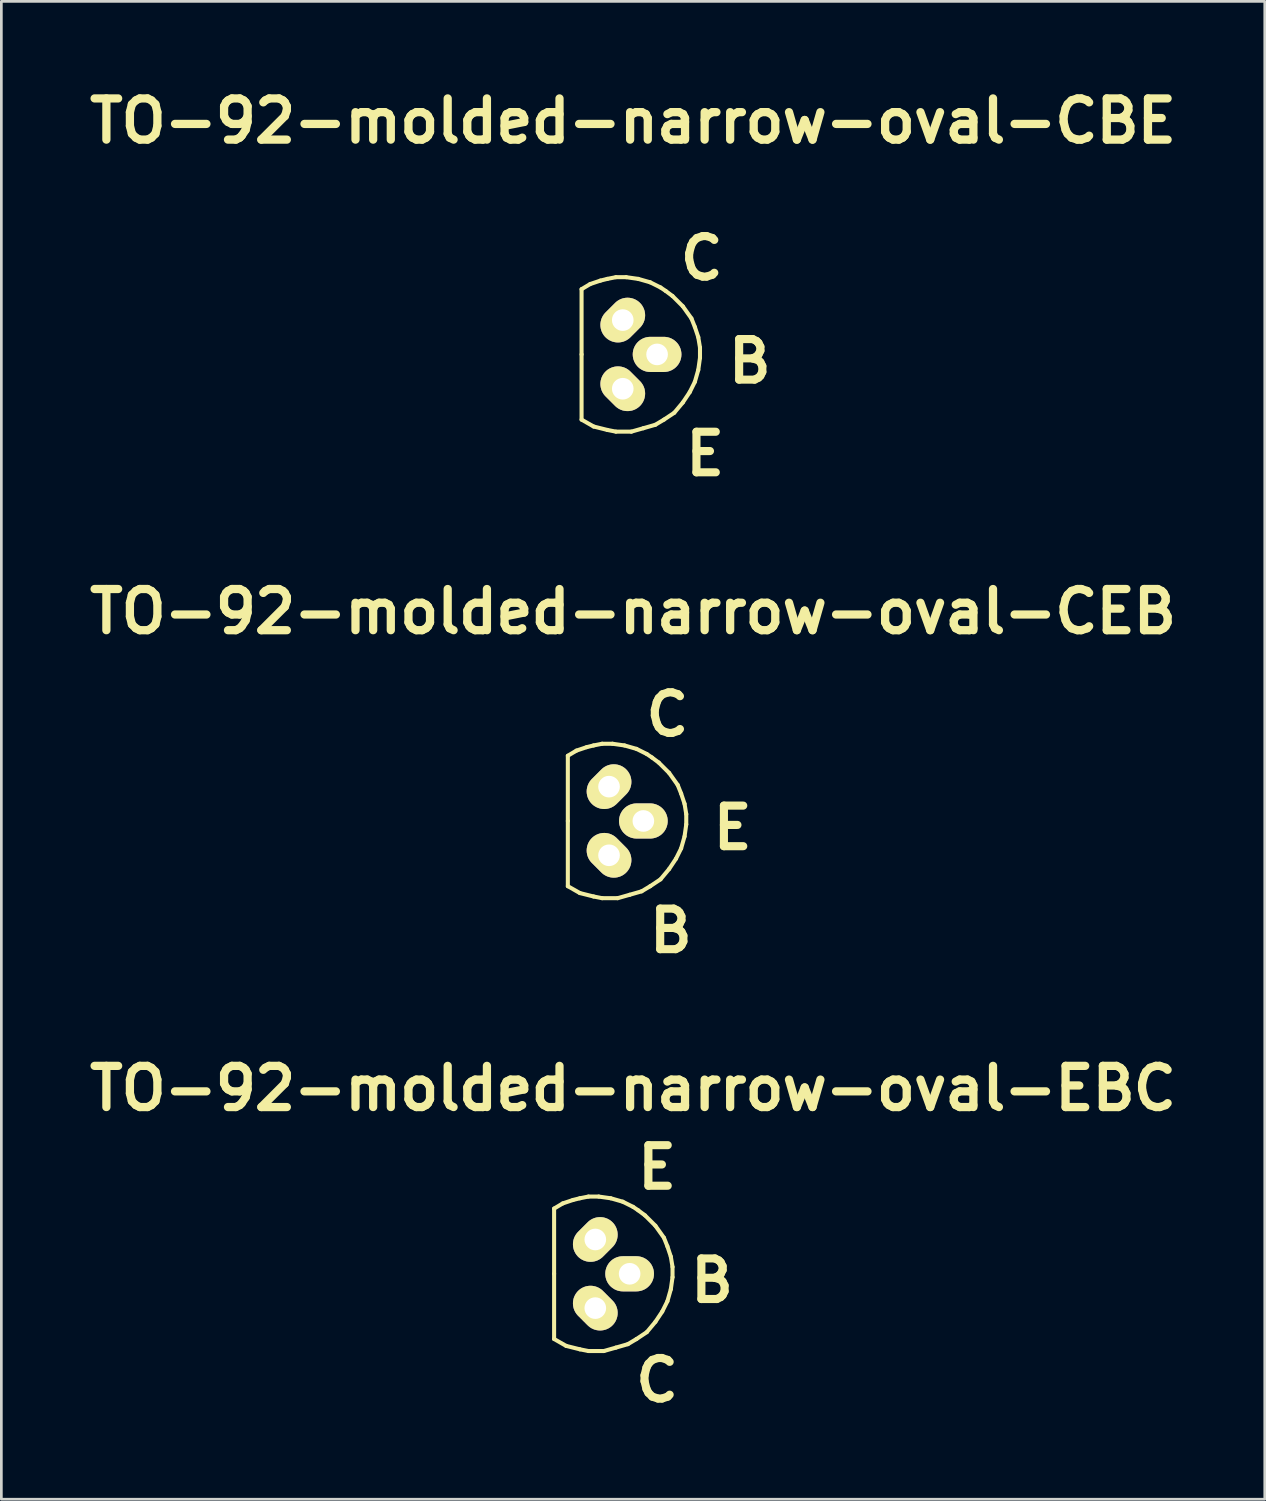
<source format=kicad_pcb>
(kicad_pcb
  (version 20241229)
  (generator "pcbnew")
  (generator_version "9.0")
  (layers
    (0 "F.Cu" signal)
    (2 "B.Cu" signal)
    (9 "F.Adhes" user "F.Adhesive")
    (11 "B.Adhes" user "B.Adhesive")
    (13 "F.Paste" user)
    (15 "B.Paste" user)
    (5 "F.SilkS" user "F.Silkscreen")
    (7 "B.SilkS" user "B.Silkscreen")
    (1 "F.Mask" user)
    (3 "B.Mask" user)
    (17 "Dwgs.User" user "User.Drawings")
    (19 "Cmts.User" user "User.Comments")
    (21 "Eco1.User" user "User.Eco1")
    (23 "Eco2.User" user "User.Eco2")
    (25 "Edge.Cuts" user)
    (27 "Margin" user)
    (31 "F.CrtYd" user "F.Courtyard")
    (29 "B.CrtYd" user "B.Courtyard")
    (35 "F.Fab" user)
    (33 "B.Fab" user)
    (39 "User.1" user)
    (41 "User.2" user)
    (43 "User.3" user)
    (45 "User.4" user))
  (footprint "TO-92-molded-narrow-oval-CBE"
    (layer "F.Cu")
    (at 19.99 10.062)
    (property "Reference" "TO-92-molded-narrow-oval-CBE" (at 0.381 -8.636 0) (layer "F.SilkS") (effects (font (size 1.524 1.524) (thickness 0.305))))
    (attr through_hole)
    (fp_line (start -1.524 -2.413) (end -1.206 -2.603) (stroke (width 0.15) (type solid)) (layer "F.SilkS"))
    (fp_line (start -1.524 0) (end -1.524 -2.413) (stroke (width 0.15) (type solid)) (layer "F.SilkS"))
    (fp_line (start -1.524 0) (end -1.524 2.413) (stroke (width 0.15) (type solid)) (layer "F.SilkS"))
    (fp_line (start -1.206 -2.603) (end -0.826 -2.731) (stroke (width 0.15) (type solid)) (layer "F.SilkS"))
    (fp_line (start -1.079 2.667) (end -1.524 2.413) (stroke (width 0.15) (type solid)) (layer "F.SilkS"))
    (fp_line (start -0.826 -2.731) (end -0.572 -2.794) (stroke (width 0.15) (type solid)) (layer "F.SilkS"))
    (fp_line (start -0.572 -2.794) (end -0.254 -2.857) (stroke (width 0.15) (type solid)) (layer "F.SilkS"))
    (fp_line (start -0.572 2.794) (end -1.079 2.667) (stroke (width 0.15) (type solid)) (layer "F.SilkS"))
    (fp_line (start -0.254 -2.857) (end 0.127 -2.857) (stroke (width 0.15) (type solid)) (layer "F.SilkS"))
    (fp_line (start -0.254 2.857) (end -0.572 2.794) (stroke (width 0.15) (type solid)) (layer "F.SilkS"))
    (fp_line (start 0.127 -2.857) (end 0.572 -2.794) (stroke (width 0.15) (type solid)) (layer "F.SilkS"))
    (fp_line (start 0.318 2.857) (end -0.254 2.857) (stroke (width 0.15) (type solid)) (layer "F.SilkS"))
    (fp_line (start 0.572 -2.794) (end 1.016 -2.667) (stroke (width 0.15) (type solid)) (layer "F.SilkS"))
    (fp_line (start 0.762 2.731) (end 0.318 2.857) (stroke (width 0.15) (type solid)) (layer "F.SilkS"))
    (fp_line (start 1.016 -2.667) (end 1.397 -2.477) (stroke (width 0.15) (type solid)) (layer "F.SilkS"))
    (fp_line (start 1.206 2.603) (end 0.762 2.731) (stroke (width 0.15) (type solid)) (layer "F.SilkS"))
    (fp_line (start 1.397 -2.477) (end 1.587 -2.349) (stroke (width 0.15) (type solid)) (layer "F.SilkS"))
    (fp_line (start 1.524 2.413) (end 1.206 2.603) (stroke (width 0.15) (type solid)) (layer "F.SilkS"))
    (fp_line (start 1.587 -2.349) (end 1.841 -2.159) (stroke (width 0.15) (type solid)) (layer "F.SilkS"))
    (fp_line (start 1.841 -2.159) (end 2.223 -1.778) (stroke (width 0.15) (type solid)) (layer "F.SilkS"))
    (fp_line (start 1.905 2.159) (end 1.524 2.413) (stroke (width 0.15) (type solid)) (layer "F.SilkS"))
    (fp_line (start 2.223 -1.778) (end 2.54 -1.333) (stroke (width 0.15) (type solid)) (layer "F.SilkS"))
    (fp_line (start 2.223 1.778) (end 1.905 2.159) (stroke (width 0.15) (type solid)) (layer "F.SilkS"))
    (fp_line (start 2.477 1.397) (end 2.223 1.778) (stroke (width 0.15) (type solid)) (layer "F.SilkS"))
    (fp_line (start 2.54 -1.333) (end 2.667 -1.016) (stroke (width 0.15) (type solid)) (layer "F.SilkS"))
    (fp_line (start 2.667 -1.016) (end 2.794 -0.635) (stroke (width 0.15) (type solid)) (layer "F.SilkS"))
    (fp_line (start 2.667 1.016) (end 2.477 1.397) (stroke (width 0.15) (type solid)) (layer "F.SilkS"))
    (fp_line (start 2.794 -0.635) (end 2.857 -0.254) (stroke (width 0.15) (type solid)) (layer "F.SilkS"))
    (fp_line (start 2.794 0.572) (end 2.667 1.016) (stroke (width 0.15) (type solid)) (layer "F.SilkS"))
    (fp_line (start 2.857 -0.254) (end 2.857 0.127) (stroke (width 0.15) (type solid)) (layer "F.SilkS"))
    (fp_line (start 2.857 0.127) (end 2.794 0.572) (stroke (width 0.15) (type solid)) (layer "F.SilkS"))
    (fp_text user "B" (at 4.699 0.254 0) (layer "F.SilkS") (effects (font (size 1.501 1.501) (thickness 0.3))))
    (fp_text user "E" (at 3.048 3.683 0) (layer "F.SilkS") (effects (font (size 1.501 1.501) (thickness 0.3))))
    (fp_text user "C" (at 2.921 -3.556 0) (layer "F.SilkS") (effects (font (size 1.501 1.501) (thickness 0.3))))
    (pad "B" thru_hole oval (at 1.27 0) (size 1.801 1.3) (drill 0.8) (layers "*.Cu" "*.Mask" "F.SilkS"))
    (pad "C" thru_hole oval (at 0 -1.27 315) (size 1.3 1.801) (drill 0.8) (layers "*.Cu" "*.Mask" "F.SilkS"))
    (pad "E" thru_hole oval (at 0 1.27 315) (size 1.801 1.3) (drill 0.8) (layers "*.Cu" "*.Mask" "F.SilkS")))
  (footprint "TO-92-molded-narrow-oval-CEB"
    (layer "F.Cu")
    (at 19.482 27.323)
    (property "Reference" "TO-92-molded-narrow-oval-CEB" (at 0.889 -7.747 0) (layer "F.SilkS") (effects (font (size 1.524 1.524) (thickness 0.305))))
    (attr through_hole)
    (fp_line (start -1.524 -2.413) (end -1.206 -2.603) (stroke (width 0.15) (type solid)) (layer "F.SilkS"))
    (fp_line (start -1.524 0) (end -1.524 -2.413) (stroke (width 0.15) (type solid)) (layer "F.SilkS"))
    (fp_line (start -1.524 0) (end -1.524 2.413) (stroke (width 0.15) (type solid)) (layer "F.SilkS"))
    (fp_line (start -1.206 -2.603) (end -0.826 -2.731) (stroke (width 0.15) (type solid)) (layer "F.SilkS"))
    (fp_line (start -1.079 2.667) (end -1.524 2.413) (stroke (width 0.15) (type solid)) (layer "F.SilkS"))
    (fp_line (start -0.826 -2.731) (end -0.572 -2.794) (stroke (width 0.15) (type solid)) (layer "F.SilkS"))
    (fp_line (start -0.572 -2.794) (end -0.254 -2.857) (stroke (width 0.15) (type solid)) (layer "F.SilkS"))
    (fp_line (start -0.572 2.794) (end -1.079 2.667) (stroke (width 0.15) (type solid)) (layer "F.SilkS"))
    (fp_line (start -0.254 -2.857) (end 0.127 -2.857) (stroke (width 0.15) (type solid)) (layer "F.SilkS"))
    (fp_line (start -0.254 2.857) (end -0.572 2.794) (stroke (width 0.15) (type solid)) (layer "F.SilkS"))
    (fp_line (start 0.127 -2.857) (end 0.572 -2.794) (stroke (width 0.15) (type solid)) (layer "F.SilkS"))
    (fp_line (start 0.318 2.857) (end -0.254 2.857) (stroke (width 0.15) (type solid)) (layer "F.SilkS"))
    (fp_line (start 0.572 -2.794) (end 1.016 -2.667) (stroke (width 0.15) (type solid)) (layer "F.SilkS"))
    (fp_line (start 0.762 2.731) (end 0.318 2.857) (stroke (width 0.15) (type solid)) (layer "F.SilkS"))
    (fp_line (start 1.016 -2.667) (end 1.397 -2.477) (stroke (width 0.15) (type solid)) (layer "F.SilkS"))
    (fp_line (start 1.206 2.603) (end 0.762 2.731) (stroke (width 0.15) (type solid)) (layer "F.SilkS"))
    (fp_line (start 1.397 -2.477) (end 1.587 -2.349) (stroke (width 0.15) (type solid)) (layer "F.SilkS"))
    (fp_line (start 1.524 2.413) (end 1.206 2.603) (stroke (width 0.15) (type solid)) (layer "F.SilkS"))
    (fp_line (start 1.587 -2.349) (end 1.841 -2.159) (stroke (width 0.15) (type solid)) (layer "F.SilkS"))
    (fp_line (start 1.841 -2.159) (end 2.223 -1.778) (stroke (width 0.15) (type solid)) (layer "F.SilkS"))
    (fp_line (start 1.905 2.159) (end 1.524 2.413) (stroke (width 0.15) (type solid)) (layer "F.SilkS"))
    (fp_line (start 2.223 -1.778) (end 2.54 -1.333) (stroke (width 0.15) (type solid)) (layer "F.SilkS"))
    (fp_line (start 2.223 1.778) (end 1.905 2.159) (stroke (width 0.15) (type solid)) (layer "F.SilkS"))
    (fp_line (start 2.477 1.397) (end 2.223 1.778) (stroke (width 0.15) (type solid)) (layer "F.SilkS"))
    (fp_line (start 2.54 -1.333) (end 2.667 -1.016) (stroke (width 0.15) (type solid)) (layer "F.SilkS"))
    (fp_line (start 2.667 -1.016) (end 2.794 -0.635) (stroke (width 0.15) (type solid)) (layer "F.SilkS"))
    (fp_line (start 2.667 1.016) (end 2.477 1.397) (stroke (width 0.15) (type solid)) (layer "F.SilkS"))
    (fp_line (start 2.794 -0.635) (end 2.857 -0.254) (stroke (width 0.15) (type solid)) (layer "F.SilkS"))
    (fp_line (start 2.794 0.572) (end 2.667 1.016) (stroke (width 0.15) (type solid)) (layer "F.SilkS"))
    (fp_line (start 2.857 -0.254) (end 2.857 0.127) (stroke (width 0.15) (type solid)) (layer "F.SilkS"))
    (fp_line (start 2.857 0.127) (end 2.794 0.572) (stroke (width 0.15) (type solid)) (layer "F.SilkS"))
    (fp_text user "B" (at 2.286 4.064 0) (layer "F.SilkS") (effects (font (size 1.501 1.501) (thickness 0.3))))
    (fp_text user "E" (at 4.572 0.254 0) (layer "F.SilkS") (effects (font (size 1.501 1.501) (thickness 0.3))))
    (fp_text user "C" (at 2.159 -3.937 0) (layer "F.SilkS") (effects (font (size 1.501 1.501) (thickness 0.3))))
    (pad "B" thru_hole oval (at 0 1.27 315) (size 1.801 1.3) (drill 0.8) (layers "*.Cu" "*.Mask" "F.SilkS"))
    (pad "C" thru_hole oval (at 0 -1.27 315) (size 1.3 1.801) (drill 0.8) (layers "*.Cu" "*.Mask" "F.SilkS"))
    (pad "E" thru_hole oval (at 1.27 0) (size 1.801 1.3) (drill 0.8) (layers "*.Cu" "*.Mask" "F.SilkS")))
  (footprint "TO-92-molded-narrow-oval-EBC"
    (layer "F.Cu")
    (at 18.974 44.076)
    (property "Reference" "TO-92-molded-narrow-oval-EBC" (at 1.397 -6.858 0) (layer "F.SilkS") (effects (font (size 1.524 1.524) (thickness 0.305))))
    (attr through_hole)
    (fp_line (start -1.524 -2.413) (end -1.206 -2.603) (stroke (width 0.15) (type solid)) (layer "F.SilkS"))
    (fp_line (start -1.524 0) (end -1.524 -2.413) (stroke (width 0.15) (type solid)) (layer "F.SilkS"))
    (fp_line (start -1.524 0) (end -1.524 2.413) (stroke (width 0.15) (type solid)) (layer "F.SilkS"))
    (fp_line (start -1.206 -2.603) (end -0.826 -2.731) (stroke (width 0.15) (type solid)) (layer "F.SilkS"))
    (fp_line (start -1.079 2.667) (end -1.524 2.413) (stroke (width 0.15) (type solid)) (layer "F.SilkS"))
    (fp_line (start -0.826 -2.731) (end -0.572 -2.794) (stroke (width 0.15) (type solid)) (layer "F.SilkS"))
    (fp_line (start -0.572 -2.794) (end -0.254 -2.857) (stroke (width 0.15) (type solid)) (layer "F.SilkS"))
    (fp_line (start -0.572 2.794) (end -1.079 2.667) (stroke (width 0.15) (type solid)) (layer "F.SilkS"))
    (fp_line (start -0.254 -2.857) (end 0.127 -2.857) (stroke (width 0.15) (type solid)) (layer "F.SilkS"))
    (fp_line (start -0.254 2.857) (end -0.572 2.794) (stroke (width 0.15) (type solid)) (layer "F.SilkS"))
    (fp_line (start 0.127 -2.857) (end 0.572 -2.794) (stroke (width 0.15) (type solid)) (layer "F.SilkS"))
    (fp_line (start 0.318 2.857) (end -0.254 2.857) (stroke (width 0.15) (type solid)) (layer "F.SilkS"))
    (fp_line (start 0.572 -2.794) (end 1.016 -2.667) (stroke (width 0.15) (type solid)) (layer "F.SilkS"))
    (fp_line (start 0.762 2.731) (end 0.318 2.857) (stroke (width 0.15) (type solid)) (layer "F.SilkS"))
    (fp_line (start 1.016 -2.667) (end 1.397 -2.477) (stroke (width 0.15) (type solid)) (layer "F.SilkS"))
    (fp_line (start 1.206 2.603) (end 0.762 2.731) (stroke (width 0.15) (type solid)) (layer "F.SilkS"))
    (fp_line (start 1.397 -2.477) (end 1.587 -2.349) (stroke (width 0.15) (type solid)) (layer "F.SilkS"))
    (fp_line (start 1.524 2.413) (end 1.206 2.603) (stroke (width 0.15) (type solid)) (layer "F.SilkS"))
    (fp_line (start 1.587 -2.349) (end 1.841 -2.159) (stroke (width 0.15) (type solid)) (layer "F.SilkS"))
    (fp_line (start 1.841 -2.159) (end 2.223 -1.778) (stroke (width 0.15) (type solid)) (layer "F.SilkS"))
    (fp_line (start 1.905 2.159) (end 1.524 2.413) (stroke (width 0.15) (type solid)) (layer "F.SilkS"))
    (fp_line (start 2.223 -1.778) (end 2.54 -1.333) (stroke (width 0.15) (type solid)) (layer "F.SilkS"))
    (fp_line (start 2.223 1.778) (end 1.905 2.159) (stroke (width 0.15) (type solid)) (layer "F.SilkS"))
    (fp_line (start 2.477 1.397) (end 2.223 1.778) (stroke (width 0.15) (type solid)) (layer "F.SilkS"))
    (fp_line (start 2.54 -1.333) (end 2.667 -1.016) (stroke (width 0.15) (type solid)) (layer "F.SilkS"))
    (fp_line (start 2.667 -1.016) (end 2.794 -0.635) (stroke (width 0.15) (type solid)) (layer "F.SilkS"))
    (fp_line (start 2.667 1.016) (end 2.477 1.397) (stroke (width 0.15) (type solid)) (layer "F.SilkS"))
    (fp_line (start 2.794 -0.635) (end 2.857 -0.254) (stroke (width 0.15) (type solid)) (layer "F.SilkS"))
    (fp_line (start 2.794 0.572) (end 2.667 1.016) (stroke (width 0.15) (type solid)) (layer "F.SilkS"))
    (fp_line (start 2.857 -0.254) (end 2.857 0.127) (stroke (width 0.15) (type solid)) (layer "F.SilkS"))
    (fp_line (start 2.857 0.127) (end 2.794 0.572) (stroke (width 0.15) (type solid)) (layer "F.SilkS"))
    (fp_text user "B" (at 4.318 0.254 0) (layer "F.SilkS") (effects (font (size 1.501 1.501) (thickness 0.3))))
    (fp_text user "E" (at 2.286 -3.937 0) (layer "F.SilkS") (effects (font (size 1.501 1.501) (thickness 0.3))))
    (fp_text user "C" (at 2.286 3.937 0) (layer "F.SilkS") (effects (font (size 1.501 1.501) (thickness 0.3))))
    (pad "B" thru_hole oval (at 1.27 0) (size 1.801 1.3) (drill 0.8) (layers "*.Cu" "*.Mask" "F.SilkS"))
    (pad "C" thru_hole oval (at 0 1.27 315) (size 1.801 1.3) (drill 0.8) (layers "*.Cu" "*.Mask" "F.SilkS"))
    (pad "E" thru_hole oval (at 0 -1.27 315) (size 1.3 1.801) (drill 0.8) (layers "*.Cu" "*.Mask" "F.SilkS")))
  (gr_rect
    (start -3 -3)
    (end 43.742 52.417)
    (stroke (width 0.1) (type default))
    (fill no)
    (layer "Edge.Cuts")))
</source>
